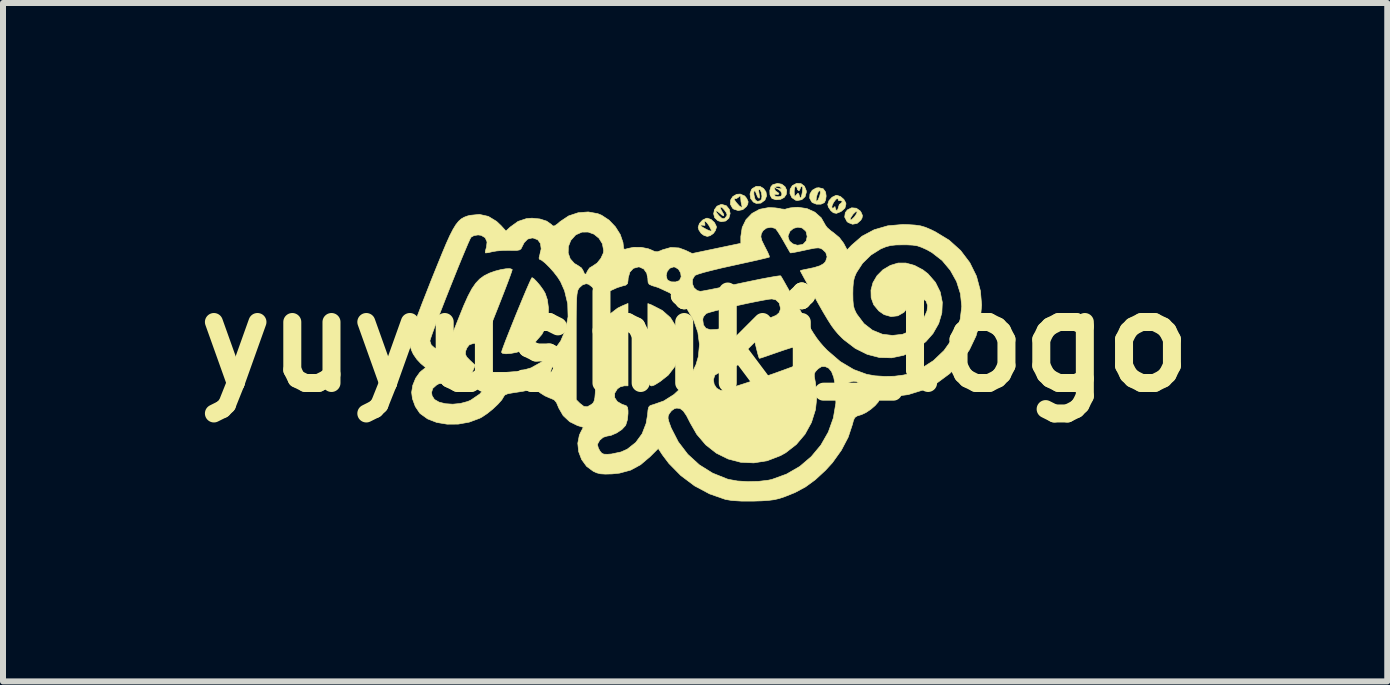
<source format=kicad_pcb>
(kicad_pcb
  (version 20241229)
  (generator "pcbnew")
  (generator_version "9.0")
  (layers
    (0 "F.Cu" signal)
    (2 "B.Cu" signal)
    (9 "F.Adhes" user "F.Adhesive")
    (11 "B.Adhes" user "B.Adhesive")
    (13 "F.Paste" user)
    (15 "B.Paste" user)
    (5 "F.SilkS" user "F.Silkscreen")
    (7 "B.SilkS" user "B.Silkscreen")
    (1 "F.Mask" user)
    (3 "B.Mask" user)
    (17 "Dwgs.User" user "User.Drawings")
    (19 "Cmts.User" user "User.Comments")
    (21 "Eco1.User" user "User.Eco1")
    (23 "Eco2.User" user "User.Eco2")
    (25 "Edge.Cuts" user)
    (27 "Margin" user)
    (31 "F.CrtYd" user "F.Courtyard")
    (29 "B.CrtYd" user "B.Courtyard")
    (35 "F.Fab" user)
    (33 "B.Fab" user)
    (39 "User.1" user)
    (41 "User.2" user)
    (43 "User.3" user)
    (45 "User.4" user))
  (footprint "yuyushiki_logo"
    (layer "F.Cu")
    (at 8.534 2.643)
    (property "Reference" "yuyushiki_logo" (at 0 0 0) (layer "F.SilkS") (effects (font (size 1.524 1.524) (thickness 0.3))))
    (attr through_hole)
    (fp_poly (pts (xy -0.724 -0.61) (xy -0.547 -0.519) (xy -0.411 -0.399) (xy -0.317 -0.249) (xy -0.265 -0.073) (xy -0.255 0.058) (xy -0.275 0.251) (xy -0.339 0.417) (xy -0.447 0.558) (xy -0.58 0.663) (xy -0.64 0.701) (xy -0.687 0.728) (xy -0.723 0.739) (xy -0.749 0.73) (xy -0.767 0.696) (xy -0.778 0.632) (xy -0.784 0.535) (xy -0.787 0.399) (xy -0.787 0.221) (xy -0.787 0.051) (xy -0.787 -0.634) (xy -0.724 -0.61)) (stroke (width 0.01) (type solid)) (fill yes) (layer "F.SilkS"))
    (fp_poly (pts (xy 2.135 -2.547) (xy 2.175 -2.492) (xy 2.184 -2.426) (xy 2.175 -2.36) (xy 2.154 -2.316) (xy 2.097 -2.29) (xy 2.023 -2.29) (xy 1.957 -2.316) (xy 1.945 -2.326) (xy 1.93 -2.352) (xy 2.016 -2.352) (xy 2.028 -2.339) (xy 2.05 -2.363) (xy 2.075 -2.423) (xy 2.076 -2.426) (xy 2.089 -2.483) (xy 2.085 -2.513) (xy 2.082 -2.515) (xy 2.058 -2.505) (xy 2.039 -2.467) (xy 2.022 -2.407) (xy 2.016 -2.352) (xy 1.93 -2.352) (xy 1.909 -2.391) (xy 1.914 -2.461) (xy 1.952 -2.522) (xy 2.018 -2.56) (xy 2.061 -2.565) (xy 2.135 -2.547)) (stroke (width 0.01) (type solid)) (fill yes) (layer "F.SilkS"))
    (fp_poly (pts (xy 2.687 -2.223) (xy 2.751 -2.178) (xy 2.766 -2.156) (xy 2.789 -2.102) (xy 2.782 -2.059) (xy 2.76 -2.022) (xy 2.7 -1.97) (xy 2.624 -1.956) (xy 2.552 -1.984) (xy 2.531 -2.002) (xy 2.518 -2.028) (xy 2.583 -2.028) (xy 2.605 -2.03) (xy 2.65 -2.073) (xy 2.653 -2.076) (xy 2.689 -2.128) (xy 2.701 -2.164) (xy 2.7 -2.168) (xy 2.677 -2.165) (xy 2.639 -2.13) (xy 2.628 -2.117) (xy 2.59 -2.059) (xy 2.583 -2.028) (xy 2.518 -2.028) (xy 2.493 -2.075) (xy 2.503 -2.149) (xy 2.538 -2.195) (xy 2.609 -2.23) (xy 2.687 -2.223)) (stroke (width 0.01) (type solid)) (fill yes) (layer "F.SilkS"))
    (fp_poly (pts (xy 0.827 -2.427) (xy 0.861 -2.384) (xy 0.884 -2.331) (xy 0.877 -2.288) (xy 0.855 -2.251) (xy 0.795 -2.199) (xy 0.718 -2.184) (xy 0.644 -2.208) (xy 0.624 -2.224) (xy 0.588 -2.29) (xy 0.592 -2.359) (xy 0.602 -2.375) (xy 0.65 -2.375) (xy 0.672 -2.336) (xy 0.687 -2.317) (xy 0.736 -2.262) (xy 0.771 -2.238) (xy 0.784 -2.248) (xy 0.777 -2.275) (xy 0.765 -2.331) (xy 0.761 -2.383) (xy 0.758 -2.428) (xy 0.744 -2.428) (xy 0.729 -2.411) (xy 0.688 -2.383) (xy 0.662 -2.383) (xy 0.65 -2.375) (xy 0.602 -2.375) (xy 0.629 -2.418) (xy 0.693 -2.455) (xy 0.753 -2.459) (xy 0.827 -2.427)) (stroke (width 0.01) (type solid)) (fill yes) (layer "F.SilkS"))
    (fp_poly (pts (xy -2.687 -1.048) (xy -2.639 -0.999) (xy -2.583 -0.933) (xy -2.532 -0.862) (xy -2.499 -0.806) (xy -2.462 -0.698) (xy -2.444 -0.562) (xy -2.445 -0.42) (xy -2.467 -0.294) (xy -2.477 -0.261) (xy -2.553 -0.121) (xy -2.663 0.006) (xy -2.794 0.106) (xy -2.887 0.152) (xy -2.98 0.18) (xy -3.072 0.197) (xy -3.153 0.203) (xy -3.208 0.196) (xy -3.226 0.178) (xy -3.217 0.145) (xy -3.191 0.073) (xy -3.153 -0.028) (xy -3.104 -0.152) (xy -3.048 -0.292) (xy -2.989 -0.439) (xy -2.928 -0.587) (xy -2.87 -0.727) (xy -2.817 -0.853) (xy -2.772 -0.956) (xy -2.739 -1.029) (xy -2.72 -1.064) (xy -2.718 -1.067) (xy -2.687 -1.048)) (stroke (width 0.01) (type solid)) (fill yes) (layer "F.SilkS"))
    (fp_poly (pts (xy 0.266 -2.036) (xy 0.323 -1.984) (xy 0.354 -1.921) (xy 0.356 -1.905) (xy 0.338 -1.85) (xy 0.305 -1.803) (xy 0.25 -1.765) (xy 0.203 -1.753) (xy 0.148 -1.77) (xy 0.102 -1.803) (xy 0.064 -1.859) (xy 0.051 -1.905) (xy 0.062 -1.937) (xy 0.091 -1.937) (xy 0.104 -1.92) (xy 0.145 -1.894) (xy 0.199 -1.865) (xy 0.248 -1.845) (xy 0.274 -1.842) (xy 0.267 -1.865) (xy 0.242 -1.915) (xy 0.236 -1.927) (xy 0.2 -1.979) (xy 0.17 -2.005) (xy 0.155 -2) (xy 0.163 -1.966) (xy 0.164 -1.936) (xy 0.142 -1.939) (xy 0.102 -1.942) (xy 0.091 -1.937) (xy 0.062 -1.937) (xy 0.072 -1.968) (xy 0.124 -2.025) (xy 0.188 -2.056) (xy 0.203 -2.057) (xy 0.266 -2.036)) (stroke (width 0.01) (type solid)) (fill yes) (layer "F.SilkS"))
    (fp_poly (pts (xy 0.521 -2.264) (xy 0.57 -2.204) (xy 0.584 -2.135) (xy 0.563 -2.057) (xy 0.51 -2.01) (xy 0.435 -1.998) (xy 0.378 -2.016) (xy 0.326 -2.065) (xy 0.309 -2.131) (xy 0.319 -2.179) (xy 0.345 -2.179) (xy 0.357 -2.149) (xy 0.397 -2.099) (xy 0.445 -2.055) (xy 0.479 -2.048) (xy 0.498 -2.059) (xy 0.528 -2.097) (xy 0.533 -2.114) (xy 0.52 -2.15) (xy 0.488 -2.195) (xy 0.452 -2.233) (xy 0.426 -2.245) (xy 0.423 -2.244) (xy 0.425 -2.214) (xy 0.445 -2.175) (xy 0.478 -2.119) (xy 0.477 -2.096) (xy 0.446 -2.11) (xy 0.419 -2.134) (xy 0.367 -2.175) (xy 0.345 -2.179) (xy 0.319 -2.179) (xy 0.323 -2.2) (xy 0.365 -2.257) (xy 0.43 -2.285) (xy 0.447 -2.286) (xy 0.521 -2.264)) (stroke (width 0.01) (type solid)) (fill yes) (layer "F.SilkS"))
    (fp_poly (pts (xy 1.085 -2.585) (xy 1.142 -2.551) (xy 1.181 -2.496) (xy 1.192 -2.429) (xy 1.164 -2.36) (xy 1.162 -2.357) (xy 1.096 -2.308) (xy 1.019 -2.303) (xy 0.971 -2.326) (xy 0.926 -2.384) (xy 0.915 -2.461) (xy 0.926 -2.494) (xy 0.978 -2.494) (xy 0.981 -2.445) (xy 0.994 -2.389) (xy 1.008 -2.356) (xy 1.042 -2.337) (xy 1.085 -2.348) (xy 1.108 -2.375) (xy 1.114 -2.425) (xy 1.105 -2.484) (xy 1.085 -2.529) (xy 1.068 -2.54) (xy 1.058 -2.519) (xy 1.067 -2.464) (xy 1.067 -2.464) (xy 1.076 -2.409) (xy 1.066 -2.388) (xy 1.066 -2.388) (xy 1.043 -2.409) (xy 1.026 -2.451) (xy 1.007 -2.499) (xy 0.987 -2.515) (xy 0.978 -2.494) (xy 0.926 -2.494) (xy 0.939 -2.533) (xy 0.954 -2.551) (xy 1.019 -2.588) (xy 1.085 -2.585)) (stroke (width 0.01) (type solid)) (fill yes) (layer "F.SilkS"))
    (fp_poly (pts (xy 1.445 -2.623) (xy 1.499 -2.581) (xy 1.527 -2.522) (xy 1.52 -2.454) (xy 1.484 -2.402) (xy 1.425 -2.371) (xy 1.35 -2.364) (xy 1.287 -2.383) (xy 1.275 -2.393) (xy 1.248 -2.448) (xy 1.245 -2.519) (xy 1.255 -2.552) (xy 1.321 -2.552) (xy 1.341 -2.51) (xy 1.359 -2.498) (xy 1.393 -2.474) (xy 1.397 -2.462) (xy 1.378 -2.45) (xy 1.359 -2.455) (xy 1.326 -2.453) (xy 1.321 -2.441) (xy 1.343 -2.42) (xy 1.384 -2.413) (xy 1.435 -2.426) (xy 1.448 -2.46) (xy 1.427 -2.507) (xy 1.391 -2.536) (xy 1.333 -2.566) (xy 1.394 -2.55) (xy 1.436 -2.546) (xy 1.437 -2.563) (xy 1.401 -2.587) (xy 1.355 -2.588) (xy 1.324 -2.566) (xy 1.321 -2.552) (xy 1.255 -2.552) (xy 1.265 -2.584) (xy 1.294 -2.615) (xy 1.374 -2.637) (xy 1.445 -2.623)) (stroke (width 0.01) (type solid)) (fill yes) (layer "F.SilkS"))
    (fp_poly (pts (xy 1.765 -2.633) (xy 1.822 -2.59) (xy 1.852 -2.517) (xy 1.854 -2.49) (xy 1.833 -2.415) (xy 1.778 -2.365) (xy 1.704 -2.351) (xy 1.676 -2.356) (xy 1.613 -2.399) (xy 1.581 -2.466) (xy 1.582 -2.496) (xy 1.652 -2.496) (xy 1.654 -2.437) (xy 1.664 -2.421) (xy 1.685 -2.442) (xy 1.687 -2.445) (xy 1.714 -2.475) (xy 1.728 -2.46) (xy 1.736 -2.434) (xy 1.751 -2.394) (xy 1.764 -2.398) (xy 1.779 -2.449) (xy 1.788 -2.496) (xy 1.794 -2.563) (xy 1.782 -2.591) (xy 1.779 -2.591) (xy 1.756 -2.57) (xy 1.753 -2.553) (xy 1.739 -2.519) (xy 1.727 -2.515) (xy 1.705 -2.535) (xy 1.702 -2.553) (xy 1.688 -2.587) (xy 1.676 -2.591) (xy 1.66 -2.568) (xy 1.652 -2.513) (xy 1.652 -2.496) (xy 1.582 -2.496) (xy 1.584 -2.54) (xy 1.621 -2.6) (xy 1.693 -2.638) (xy 1.765 -2.633)) (stroke (width 0.01) (type solid)) (fill yes) (layer "F.SilkS"))
    (fp_poly (pts (xy 2.423 -2.418) (xy 2.479 -2.37) (xy 2.512 -2.311) (xy 2.514 -2.292) (xy 2.497 -2.225) (xy 2.44 -2.174) (xy 2.421 -2.163) (xy 2.355 -2.137) (xy 2.305 -2.147) (xy 2.261 -2.184) (xy 2.223 -2.24) (xy 2.217 -2.259) (xy 2.28 -2.259) (xy 2.281 -2.226) (xy 2.283 -2.224) (xy 2.312 -2.229) (xy 2.32 -2.241) (xy 2.331 -2.251) (xy 2.335 -2.229) (xy 2.349 -2.19) (xy 2.372 -2.19) (xy 2.387 -2.228) (xy 2.388 -2.236) (xy 2.404 -2.285) (xy 2.426 -2.302) (xy 2.451 -2.326) (xy 2.449 -2.34) (xy 2.419 -2.352) (xy 2.411 -2.348) (xy 2.389 -2.352) (xy 2.388 -2.361) (xy 2.377 -2.387) (xy 2.348 -2.373) (xy 2.309 -2.322) (xy 2.304 -2.313) (xy 2.28 -2.259) (xy 2.217 -2.259) (xy 2.21 -2.286) (xy 2.231 -2.349) (xy 2.283 -2.406) (xy 2.347 -2.437) (xy 2.362 -2.438) (xy 2.423 -2.418)) (stroke (width 0.01) (type solid)) (fill yes) (layer "F.SilkS"))
    (fp_poly (pts (xy 1.864 -2.217) (xy 1.996 -2.157) (xy 2.101 -2.064) (xy 2.169 -1.945) (xy 2.169 -1.943) (xy 2.2 -1.901) (xy 2.259 -1.849) (xy 2.305 -1.816) (xy 2.405 -1.733) (xy 2.477 -1.637) (xy 2.478 -1.634) (xy 2.534 -1.528) (xy 2.607 -1.605) (xy 2.781 -1.756) (xy 2.984 -1.864) (xy 3.211 -1.93) (xy 3.461 -1.952) (xy 3.544 -1.95) (xy 3.665 -1.942) (xy 3.757 -1.929) (xy 3.838 -1.905) (xy 3.93 -1.866) (xy 4.005 -1.829) (xy 4.234 -1.69) (xy 4.425 -1.518) (xy 4.578 -1.316) (xy 4.689 -1.091) (xy 4.755 -0.844) (xy 4.775 -0.609) (xy 4.751 -0.345) (xy 4.682 -0.095) (xy 4.571 0.138) (xy 4.423 0.349) (xy 4.243 0.533) (xy 4.035 0.687) (xy 3.804 0.805) (xy 3.553 0.883) (xy 3.287 0.918) (xy 3.258 0.919) (xy 3.155 0.923) (xy 3.096 0.934) (xy 3.074 0.951) (xy 3.073 0.956) (xy 3.053 1.005) (xy 3 1.066) (xy 2.927 1.129) (xy 2.846 1.183) (xy 2.771 1.218) (xy 2.762 1.22) (xy 2.698 1.24) (xy 2.661 1.266) (xy 2.639 1.314) (xy 2.622 1.38) (xy 2.551 1.594) (xy 2.437 1.811) (xy 2.289 2.018) (xy 2.172 2.146) (xy 2.003 2.302) (xy 1.839 2.422) (xy 1.664 2.516) (xy 1.494 2.584) (xy 1.404 2.614) (xy 1.32 2.634) (xy 1.226 2.646) (xy 1.108 2.654) (xy 0.978 2.658) (xy 0.772 2.658) (xy 0.613 2.648) (xy 0.506 2.63) (xy 0.242 2.538) (xy -0.009 2.404) (xy -0.238 2.232) (xy -0.436 2.031) (xy -0.544 1.888) (xy -0.614 1.781) (xy -0.749 1.916) (xy -0.909 2.052) (xy -1.075 2.142) (xy -1.26 2.192) (xy -1.383 2.205) (xy -1.496 2.208) (xy -1.576 2.203) (xy -1.64 2.187) (xy -1.697 2.161) (xy -1.808 2.079) (xy -1.891 1.965) (xy -1.941 1.833) (xy -1.955 1.694) (xy -1.929 1.56) (xy -1.911 1.52) (xy -1.863 1.428) (xy -1.96 1.399) (xy -2.09 1.335) (xy -2.199 1.233) (xy -2.273 1.105) (xy -2.278 1.092) (xy -2.31 1.016) (xy -2.347 0.972) (xy -2.403 0.946) (xy -2.417 0.942) (xy -2.503 0.904) (xy -2.585 0.852) (xy -2.59 0.847) (xy -2.645 0.807) (xy -2.693 0.794) (xy -2.758 0.804) (xy -2.776 0.808) (xy -2.865 0.827) (xy -2.973 0.844) (xy -3.028 0.852) (xy -3.12 0.868) (xy -3.171 0.89) (xy -3.188 0.914) (xy -3.222 0.971) (xy -3.287 1.044) (xy -3.372 1.124) (xy -3.465 1.199) (xy -3.555 1.259) (xy -3.589 1.277) (xy -3.764 1.342) (xy -3.948 1.375) (xy -4.132 1.376) (xy -4.306 1.347) (xy -4.458 1.288) (xy -4.579 1.201) (xy -4.59 1.19) (xy -4.663 1.081) (xy -4.711 0.95) (xy -4.724 0.845) (xy -4.705 0.728) (xy -4.657 0.61) (xy -4.588 0.513) (xy -4.56 0.488) (xy -4.49 0.433) (xy -4.57 0.366) (xy -4.636 0.296) (xy -4.693 0.214) (xy -4.7 0.201) (xy -4.724 0.149) (xy -4.741 0.099) (xy -4.749 0.045) (xy -4.748 -0.01) (xy -4.42 -0.01) (xy -4.397 0.056) (xy -4.342 0.105) (xy -4.27 0.131) (xy -4.197 0.126) (xy -4.152 0.098) (xy -4.132 0.065) (xy -4.098 -0.009) (xy -4.053 -0.113) (xy -3.999 -0.242) (xy -3.942 -0.386) (xy -3.937 -0.398) (xy -3.856 -0.599) (xy -3.785 -0.757) (xy -3.72 -0.88) (xy -3.656 -0.973) (xy -3.59 -1.043) (xy -3.516 -1.097) (xy -3.43 -1.14) (xy -3.428 -1.141) (xy -3.336 -1.174) (xy -3.24 -1.199) (xy -3.152 -1.214) (xy -3.085 -1.216) (xy -3.05 -1.204) (xy -3.048 -1.197) (xy -3.057 -1.167) (xy -3.082 -1.096) (xy -3.121 -0.99) (xy -3.172 -0.857) (xy -3.232 -0.703) (xy -3.294 -0.545) (xy -3.377 -0.336) (xy -3.445 -0.172) (xy -3.497 -0.055) (xy -3.535 0.02) (xy -3.558 0.051) (xy -3.565 0.052) (xy -3.617 0.029) (xy -3.689 0.029) (xy -3.755 0.05) (xy -3.766 0.057) (xy -3.803 0.105) (xy -3.824 0.159) (xy -3.828 0.21) (xy -3.807 0.255) (xy -3.753 0.311) (xy -3.664 0.394) (xy -3.709 0.498) (xy -3.782 0.612) (xy -3.882 0.689) (xy -4.001 0.727) (xy -4.127 0.719) (xy -4.152 0.712) (xy -4.221 0.695) (xy -4.271 0.703) (xy -4.308 0.723) (xy -4.372 0.78) (xy -4.392 0.847) (xy -4.383 0.903) (xy -4.344 0.964) (xy -4.266 1.009) (xy -4.161 1.035) (xy -4.04 1.043) (xy -3.912 1.031) (xy -3.789 0.998) (xy -3.739 0.976) (xy -3.588 0.873) (xy -3.47 0.733) (xy -3.411 0.619) (xy -3.371 0.524) (xy -2.411 0.524) (xy -2.39 0.564) (xy -2.365 0.587) (xy -2.3 0.628) (xy -2.248 0.626) (xy -2.196 0.583) (xy -2.165 0.531) (xy -2.171 0.472) (xy -2.174 0.463) (xy -2.201 0.414) (xy -2.247 0.396) (xy -2.286 0.394) (xy -2.35 0.401) (xy -2.384 0.432) (xy -2.399 0.466) (xy -2.411 0.524) (xy -3.371 0.524) (xy -3.367 0.512) (xy -3.15 0.512) (xy -2.928 0.494) (xy -2.734 0.438) (xy -2.559 0.34) (xy -2.395 0.195) (xy -2.367 0.166) (xy -2.296 0.068) (xy -1.981 0.068) (xy -1.981 0.968) (xy -1.919 1.03) (xy -1.854 1.08) (xy -1.796 1.086) (xy -1.729 1.048) (xy -1.724 1.044) (xy -1.704 1.027) (xy -1.69 1.007) (xy -1.679 0.977) (xy -1.67 0.931) (xy -1.664 0.861) (xy -1.66 0.762) (xy -1.656 0.627) (xy -1.652 0.449) (xy -1.651 0.413) (xy -1.638 -0.169) (xy -1.562 -0.292) (xy -1.441 -0.443) (xy -1.292 -0.557) (xy -1.213 -0.596) (xy -1.118 -0.636) (xy -1.118 0.737) (xy -1.181 0.737) (xy -1.247 0.754) (xy -1.295 0.787) (xy -1.34 0.86) (xy -1.34 0.934) (xy -1.297 0.999) (xy -1.216 1.046) (xy -1.187 1.055) (xy -1.146 1.07) (xy -1.125 1.097) (xy -1.118 1.152) (xy -1.118 1.199) (xy -1.128 1.302) (xy -1.155 1.389) (xy -1.161 1.4) (xy -1.22 1.464) (xy -1.307 1.522) (xy -1.402 1.563) (xy -1.469 1.575) (xy -1.532 1.595) (xy -1.59 1.644) (xy -1.623 1.704) (xy -1.626 1.722) (xy -1.612 1.775) (xy -1.584 1.826) (xy -1.555 1.86) (xy -1.52 1.876) (xy -1.461 1.878) (xy -1.393 1.873) (xy -1.234 1.839) (xy -1.131 1.793) (xy -0.989 1.681) (xy -0.883 1.536) (xy -0.816 1.363) (xy -0.802 1.278) (xy -0.451 1.278) (xy -0.438 1.332) (xy -0.407 1.417) (xy -0.399 1.439) (xy -0.28 1.671) (xy -0.122 1.878) (xy 0.071 2.054) (xy 0.292 2.192) (xy 0.534 2.289) (xy 0.562 2.297) (xy 0.707 2.323) (xy 0.879 2.333) (xy 1.057 2.329) (xy 1.219 2.31) (xy 1.279 2.297) (xy 1.524 2.208) (xy 1.745 2.08) (xy 1.936 1.917) (xy 2.096 1.725) (xy 2.22 1.508) (xy 2.304 1.273) (xy 2.346 1.024) (xy 2.341 0.775) (xy 2.515 0.775) (xy 2.535 0.845) (xy 2.594 0.883) (xy 2.642 0.889) (xy 2.704 0.878) (xy 2.738 0.859) (xy 2.764 0.809) (xy 2.769 0.775) (xy 2.748 0.705) (xy 2.689 0.666) (xy 2.642 0.66) (xy 2.564 0.679) (xy 2.521 0.732) (xy 2.515 0.775) (xy 2.341 0.775) (xy 2.341 0.767) (xy 2.336 0.731) (xy 2.31 0.594) (xy 2.274 0.5) (xy 2.226 0.442) (xy 2.169 0.416) (xy 2.11 0.415) (xy 2.054 0.45) (xy 2.038 0.465) (xy 2.003 0.503) (xy 1.987 0.537) (xy 1.987 0.584) (xy 2.001 0.66) (xy 2.006 0.685) (xy 2.03 0.912) (xy 2.006 1.135) (xy 1.939 1.348) (xy 1.832 1.543) (xy 1.687 1.714) (xy 1.51 1.852) (xy 1.424 1.9) (xy 1.203 1.985) (xy 0.979 2.021) (xy 0.76 2.011) (xy 0.55 1.956) (xy 0.354 1.859) (xy 0.178 1.721) (xy 0.028 1.545) (xy -0.08 1.357) (xy -0.143 1.234) (xy -0.197 1.155) (xy -0.25 1.115) (xy -0.306 1.108) (xy -0.343 1.117) (xy -0.393 1.152) (xy -0.43 1.2) (xy -0.448 1.238) (xy -0.451 1.278) (xy -0.802 1.278) (xy -0.793 1.228) (xy -0.785 1.141) (xy -0.773 1.092) (xy -0.75 1.067) (xy -0.711 1.054) (xy -0.701 1.052) (xy -0.522 0.989) (xy -0.353 0.882) (xy -0.202 0.741) (xy -0.077 0.573) (xy 0.014 0.386) (xy 0.054 0.251) (xy 0.073 0.047) (xy 0.046 -0.156) (xy -0.022 -0.352) (xy -0.033 -0.37) (xy 0.127 -0.37) (xy 0.139 -0.278) (xy 0.18 -0.222) (xy 0.252 -0.198) (xy 0.361 -0.204) (xy 0.434 -0.218) (xy 0.518 -0.235) (xy 0.583 -0.241) (xy 0.612 -0.236) (xy 0.623 -0.205) (xy 0.642 -0.134) (xy 0.665 -0.032) (xy 0.692 0.09) (xy 0.719 0.223) (xy 0.744 0.357) (xy 0.745 0.364) (xy 0.725 0.382) (xy 0.667 0.41) (xy 0.583 0.444) (xy 0.549 0.457) (xy 0.454 0.494) (xy 0.378 0.529) (xy 0.333 0.557) (xy 0.327 0.563) (xy 0.305 0.636) (xy 0.318 0.713) (xy 0.359 0.776) (xy 0.42 0.811) (xy 0.442 0.813) (xy 0.48 0.805) (xy 0.558 0.783) (xy 0.671 0.748) (xy 0.811 0.703) (xy 0.972 0.65) (xy 1.139 0.593) (xy 1.312 0.533) (xy 1.47 0.476) (xy 1.606 0.426) (xy 1.714 0.384) (xy 1.787 0.354) (xy 1.819 0.337) (xy 1.852 0.273) (xy 1.849 0.199) (xy 1.815 0.131) (xy 1.759 0.086) (xy 1.713 0.076) (xy 1.667 0.085) (xy 1.585 0.107) (xy 1.48 0.141) (xy 1.372 0.178) (xy 1.26 0.217) (xy 1.165 0.25) (xy 1.099 0.272) (xy 1.071 0.279) (xy 1.06 0.256) (xy 1.043 0.196) (xy 1.021 0.109) (xy 0.997 0.008) (xy 0.974 -0.096) (xy 0.956 -0.189) (xy 0.943 -0.262) (xy 0.94 -0.296) (xy 0.963 -0.315) (xy 1.024 -0.338) (xy 1.111 -0.363) (xy 1.137 -0.368) (xy 1.266 -0.402) (xy 1.352 -0.438) (xy 1.401 -0.482) (xy 1.421 -0.537) (xy 1.422 -0.561) (xy 1.402 -0.643) (xy 1.346 -0.696) (xy 1.281 -0.711) (xy 1.227 -0.706) (xy 1.136 -0.69) (xy 1.016 -0.667) (xy 0.878 -0.639) (xy 0.731 -0.607) (xy 0.584 -0.574) (xy 0.447 -0.541) (xy 0.329 -0.512) (xy 0.24 -0.487) (xy 0.189 -0.47) (xy 0.184 -0.467) (xy 0.138 -0.414) (xy 0.127 -0.37) (xy -0.033 -0.37) (xy -0.126 -0.531) (xy -0.262 -0.688) (xy -0.425 -0.814) (xy -0.611 -0.9) (xy -0.638 -0.909) (xy -0.72 -0.934) (xy -0.765 -0.956) (xy -0.77 -0.964) (xy -0.045 -0.964) (xy -0.017 -0.896) (xy 0.036 -0.85) (xy 0.086 -0.838) (xy 0.125 -0.843) (xy 0.206 -0.858) (xy 0.322 -0.881) (xy 0.466 -0.91) (xy 0.63 -0.945) (xy 0.775 -0.976) (xy 0.947 -1.012) (xy 1.103 -1.044) (xy 1.236 -1.069) (xy 1.339 -1.087) (xy 1.404 -1.096) (xy 1.426 -1.096) (xy 1.443 -1.07) (xy 1.48 -1.006) (xy 1.534 -0.91) (xy 1.603 -0.789) (xy 1.68 -0.649) (xy 1.73 -0.559) (xy 1.827 -0.385) (xy 1.905 -0.249) (xy 1.97 -0.142) (xy 2.027 -0.057) (xy 2.082 0.014) (xy 2.139 0.08) (xy 2.203 0.147) (xy 2.209 0.152) (xy 2.42 0.333) (xy 2.644 0.466) (xy 2.859 0.545) (xy 2.996 0.57) (xy 3.157 0.58) (xy 3.322 0.577) (xy 3.471 0.558) (xy 3.532 0.544) (xy 3.765 0.45) (xy 3.972 0.317) (xy 4.148 0.149) (xy 4.289 -0.049) (xy 4.389 -0.271) (xy 4.419 -0.378) (xy 4.444 -0.588) (xy 4.422 -0.798) (xy 4.358 -1.001) (xy 4.254 -1.188) (xy 4.117 -1.352) (xy 3.947 -1.484) (xy 3.864 -1.531) (xy 3.776 -1.571) (xy 3.704 -1.596) (xy 3.627 -1.608) (xy 3.527 -1.613) (xy 3.468 -1.613) (xy 3.346 -1.611) (xy 3.256 -1.601) (xy 3.181 -1.581) (xy 3.1 -1.548) (xy 3.095 -1.546) (xy 2.931 -1.443) (xy 2.791 -1.306) (xy 2.688 -1.148) (xy 2.657 -1.076) (xy 2.639 -1.002) (xy 2.631 -0.908) (xy 2.629 -0.8) (xy 2.631 -0.685) (xy 2.638 -0.604) (xy 2.654 -0.541) (xy 2.682 -0.481) (xy 2.698 -0.454) (xy 2.814 -0.3) (xy 2.956 -0.19) (xy 3.121 -0.123) (xy 3.289 -0.103) (xy 3.458 -0.122) (xy 3.601 -0.182) (xy 3.727 -0.287) (xy 3.739 -0.299) (xy 3.819 -0.408) (xy 3.865 -0.511) (xy 3.875 -0.602) (xy 3.85 -0.675) (xy 3.788 -0.721) (xy 3.767 -0.727) (xy 3.699 -0.732) (xy 3.641 -0.701) (xy 3.585 -0.63) (xy 3.562 -0.591) (xy 3.48 -0.488) (xy 3.379 -0.43) (xy 3.266 -0.417) (xy 3.15 -0.45) (xy 3.062 -0.511) (xy 2.976 -0.615) (xy 2.934 -0.733) (xy 2.931 -0.858) (xy 2.964 -0.982) (xy 3.031 -1.097) (xy 3.129 -1.196) (xy 3.254 -1.27) (xy 3.382 -1.309) (xy 3.514 -1.309) (xy 3.656 -1.27) (xy 3.796 -1.196) (xy 3.88 -1.131) (xy 4.005 -0.988) (xy 4.085 -0.827) (xy 4.12 -0.655) (xy 4.112 -0.478) (xy 4.06 -0.302) (xy 3.964 -0.134) (xy 3.845 0.001) (xy 3.667 0.138) (xy 3.476 0.228) (xy 3.276 0.27) (xy 3.072 0.265) (xy 2.868 0.212) (xy 2.669 0.113) (xy 2.478 -0.033) (xy 2.448 -0.061) (xy 2.387 -0.123) (xy 2.331 -0.189) (xy 2.273 -0.267) (xy 2.21 -0.366) (xy 2.134 -0.493) (xy 2.042 -0.655) (xy 2.02 -0.695) (xy 1.941 -0.836) (xy 1.872 -0.961) (xy 1.815 -1.064) (xy 1.775 -1.138) (xy 1.754 -1.177) (xy 1.753 -1.181) (xy 1.775 -1.19) (xy 1.83 -1.202) (xy 1.848 -1.205) (xy 1.985 -1.234) (xy 2.08 -1.264) (xy 2.142 -1.299) (xy 2.174 -1.333) (xy 2.2 -1.412) (xy 2.178 -1.485) (xy 2.122 -1.538) (xy 2.09 -1.555) (xy 2.052 -1.562) (xy 1.997 -1.558) (xy 1.913 -1.542) (xy 1.829 -1.524) (xy 1.727 -1.502) (xy 1.646 -1.486) (xy 1.597 -1.479) (xy 1.587 -1.479) (xy 1.573 -1.503) (xy 1.54 -1.56) (xy 1.494 -1.641) (xy 1.474 -1.676) (xy 1.433 -1.747) (xy 1.549 -1.747) (xy 1.572 -1.678) (xy 1.628 -1.629) (xy 1.704 -1.606) (xy 1.784 -1.617) (xy 1.802 -1.625) (xy 1.851 -1.677) (xy 1.868 -1.751) (xy 1.851 -1.829) (xy 1.842 -1.844) (xy 1.784 -1.894) (xy 1.712 -1.907) (xy 1.639 -1.887) (xy 1.581 -1.839) (xy 1.551 -1.768) (xy 1.549 -1.747) (xy 1.433 -1.747) (xy 1.422 -1.765) (xy 1.376 -1.837) (xy 1.344 -1.879) (xy 1.338 -1.885) (xy 1.266 -1.906) (xy 1.189 -1.892) (xy 1.132 -1.849) (xy 1.103 -1.797) (xy 1.096 -1.746) (xy 1.113 -1.682) (xy 1.157 -1.592) (xy 1.171 -1.565) (xy 1.21 -1.489) (xy 1.234 -1.433) (xy 1.239 -1.409) (xy 1.213 -1.401) (xy 1.143 -1.384) (xy 1.038 -1.359) (xy 0.904 -1.329) (xy 0.748 -1.295) (xy 0.635 -1.27) (xy 0.441 -1.227) (xy 0.276 -1.187) (xy 0.144 -1.153) (xy 0.05 -1.124) (xy -0.000286 -1.104) (xy -0.005 -1.1) (xy -0.043 -1.037) (xy -0.045 -0.964) (xy -0.77 -0.964) (xy -0.783 -0.986) (xy -0.787 -1.033) (xy -0.787 -1.048) (xy -0.798 -1.102) (xy -0.482 -1.102) (xy -0.466 -1.038) (xy -0.452 -1.021) (xy -0.397 -0.996) (xy -0.326 -0.994) (xy -0.266 -1.015) (xy -0.259 -1.021) (xy -0.232 -1.079) (xy -0.241 -1.146) (xy -0.277 -1.206) (xy -0.333 -1.241) (xy -0.358 -1.245) (xy -0.421 -1.223) (xy -0.465 -1.17) (xy -0.482 -1.102) (xy -0.798 -1.102) (xy -0.806 -1.141) (xy -0.855 -1.21) (xy -0.926 -1.243) (xy -0.946 -1.244) (xy -1.029 -1.221) (xy -1.087 -1.158) (xy -1.115 -1.061) (xy -1.118 -1.02) (xy -1.125 -0.968) (xy -1.156 -0.941) (xy -1.204 -0.929) (xy -1.297 -0.9) (xy -1.408 -0.85) (xy -1.514 -0.79) (xy -1.594 -0.73) (xy -1.651 -0.677) (xy -1.651 -0.754) (xy -1.669 -0.836) (xy -1.714 -0.909) (xy -1.775 -0.956) (xy -1.816 -0.965) (xy -1.876 -0.945) (xy -1.929 -0.898) (xy -1.942 -0.879) (xy -1.954 -0.856) (xy -1.962 -0.825) (xy -1.969 -0.78) (xy -1.974 -0.716) (xy -1.977 -0.628) (xy -1.98 -0.51) (xy -1.981 -0.357) (xy -1.981 -0.163) (xy -1.981 0.068) (xy -2.296 0.068) (xy -2.24 -0.01) (xy -2.156 -0.206) (xy -2.117 -0.415) (xy -2.123 -0.631) (xy -2.175 -0.847) (xy -2.242 -0.999) (xy -2.29 -1.074) (xy -2.355 -1.158) (xy -2.427 -1.239) (xy -2.498 -1.309) (xy -2.557 -1.356) (xy -2.593 -1.372) (xy -2.601 -1.392) (xy -2.59 -1.437) (xy -2.581 -1.477) (xy -2.115 -1.477) (xy -2.081 -1.38) (xy -2.011 -1.302) (xy -1.954 -1.269) (xy -1.893 -1.227) (xy -1.864 -1.178) (xy -1.842 -1.127) (xy -1.817 -1.126) (xy -1.795 -1.174) (xy -1.794 -1.175) (xy -1.76 -1.227) (xy -1.704 -1.261) (xy -1.632 -1.31) (xy -1.57 -1.388) (xy -1.53 -1.475) (xy -1.524 -1.518) (xy -1.545 -1.631) (xy -1.602 -1.723) (xy -1.684 -1.79) (xy -1.782 -1.826) (xy -1.885 -1.825) (xy -1.983 -1.782) (xy -1.994 -1.774) (xy -2.072 -1.686) (xy -2.112 -1.583) (xy -2.115 -1.477) (xy -2.581 -1.477) (xy -2.565 -1.546) (xy -2.577 -1.636) (xy -2.623 -1.698) (xy -2.698 -1.726) (xy -2.717 -1.727) (xy -2.79 -1.709) (xy -2.849 -1.649) (xy -2.884 -1.58) (xy -2.901 -1.546) (xy -2.926 -1.528) (xy -2.972 -1.52) (xy -3.051 -1.52) (xy -3.091 -1.521) (xy -3.201 -1.52) (xy -3.307 -1.511) (xy -3.378 -1.499) (xy -3.445 -1.483) (xy -3.489 -1.478) (xy -3.495 -1.48) (xy -3.495 -1.508) (xy -3.48 -1.564) (xy -3.477 -1.571) (xy -3.467 -1.661) (xy -3.498 -1.731) (xy -3.565 -1.771) (xy -3.617 -1.778) (xy -3.685 -1.767) (xy -3.732 -1.741) (xy -3.734 -1.74) (xy -3.752 -1.706) (xy -3.786 -1.631) (xy -3.832 -1.522) (xy -3.889 -1.386) (xy -3.953 -1.23) (xy -4.021 -1.06) (xy -4.092 -0.883) (xy -4.162 -0.706) (xy -4.228 -0.536) (xy -4.289 -0.378) (xy -4.341 -0.24) (xy -4.382 -0.128) (xy -4.409 -0.05) (xy -4.42 -0.011) (xy -4.42 -0.01) (xy -4.748 -0.01) (xy -4.748 -0.017) (xy -4.735 -0.094) (xy -4.71 -0.189) (xy -4.672 -0.308) (xy -4.618 -0.455) (xy -4.549 -0.637) (xy -4.462 -0.858) (xy -4.401 -1.014) (xy -4.301 -1.262) (xy -4.217 -1.468) (xy -4.147 -1.635) (xy -4.087 -1.768) (xy -4.034 -1.871) (xy -3.987 -1.948) (xy -3.942 -2.005) (xy -3.898 -2.044) (xy -3.85 -2.072) (xy -3.798 -2.092) (xy -3.753 -2.104) (xy -3.594 -2.12) (xy -3.446 -2.087) (xy -3.309 -2.004) (xy -3.236 -1.935) (xy -3.152 -1.843) (xy -3.081 -1.909) (xy -2.951 -2.003) (xy -2.81 -2.05) (xy -2.718 -2.057) (xy -2.587 -2.044) (xy -2.474 -2.008) (xy -2.396 -1.953) (xy -2.391 -1.947) (xy -2.368 -1.927) (xy -2.341 -1.929) (xy -2.297 -1.959) (xy -2.247 -2.002) (xy -2.107 -2.095) (xy -1.948 -2.148) (xy -1.781 -2.161) (xy -1.621 -2.132) (xy -1.558 -2.106) (xy -1.435 -2.025) (xy -1.329 -1.914) (xy -1.248 -1.786) (xy -1.202 -1.653) (xy -1.194 -1.579) (xy -1.188 -1.543) (xy -1.159 -1.54) (xy -1.129 -1.55) (xy -1.023 -1.572) (xy -0.898 -1.571) (xy -0.782 -1.548) (xy -0.734 -1.529) (xy -0.674 -1.502) (xy -0.63 -1.497) (xy -0.575 -1.515) (xy -0.545 -1.529) (xy -0.405 -1.569) (xy -0.268 -1.561) (xy -0.159 -1.521) (xy -0.048 -1.468) (xy 0.357 -1.553) (xy 0.762 -1.638) (xy 0.762 -1.751) (xy 0.785 -1.902) (xy 0.849 -2.033) (xy 0.948 -2.136) (xy 1.074 -2.205) (xy 1.221 -2.233) (xy 1.243 -2.233) (xy 1.332 -2.229) (xy 1.406 -2.219) (xy 1.435 -2.211) (xy 1.498 -2.205) (xy 1.532 -2.215) (xy 1.583 -2.228) (xy 1.663 -2.237) (xy 1.716 -2.239) (xy 1.864 -2.217)) (stroke (width 0.01) (type solid)) (fill yes) (layer "F.SilkS")))
  (gr_rect
    (start -3 -3)
    (end 20.069 8.306)
    (stroke (width 0.1) (type default))
    (fill no)
    (layer "Edge.Cuts")))
</source>
